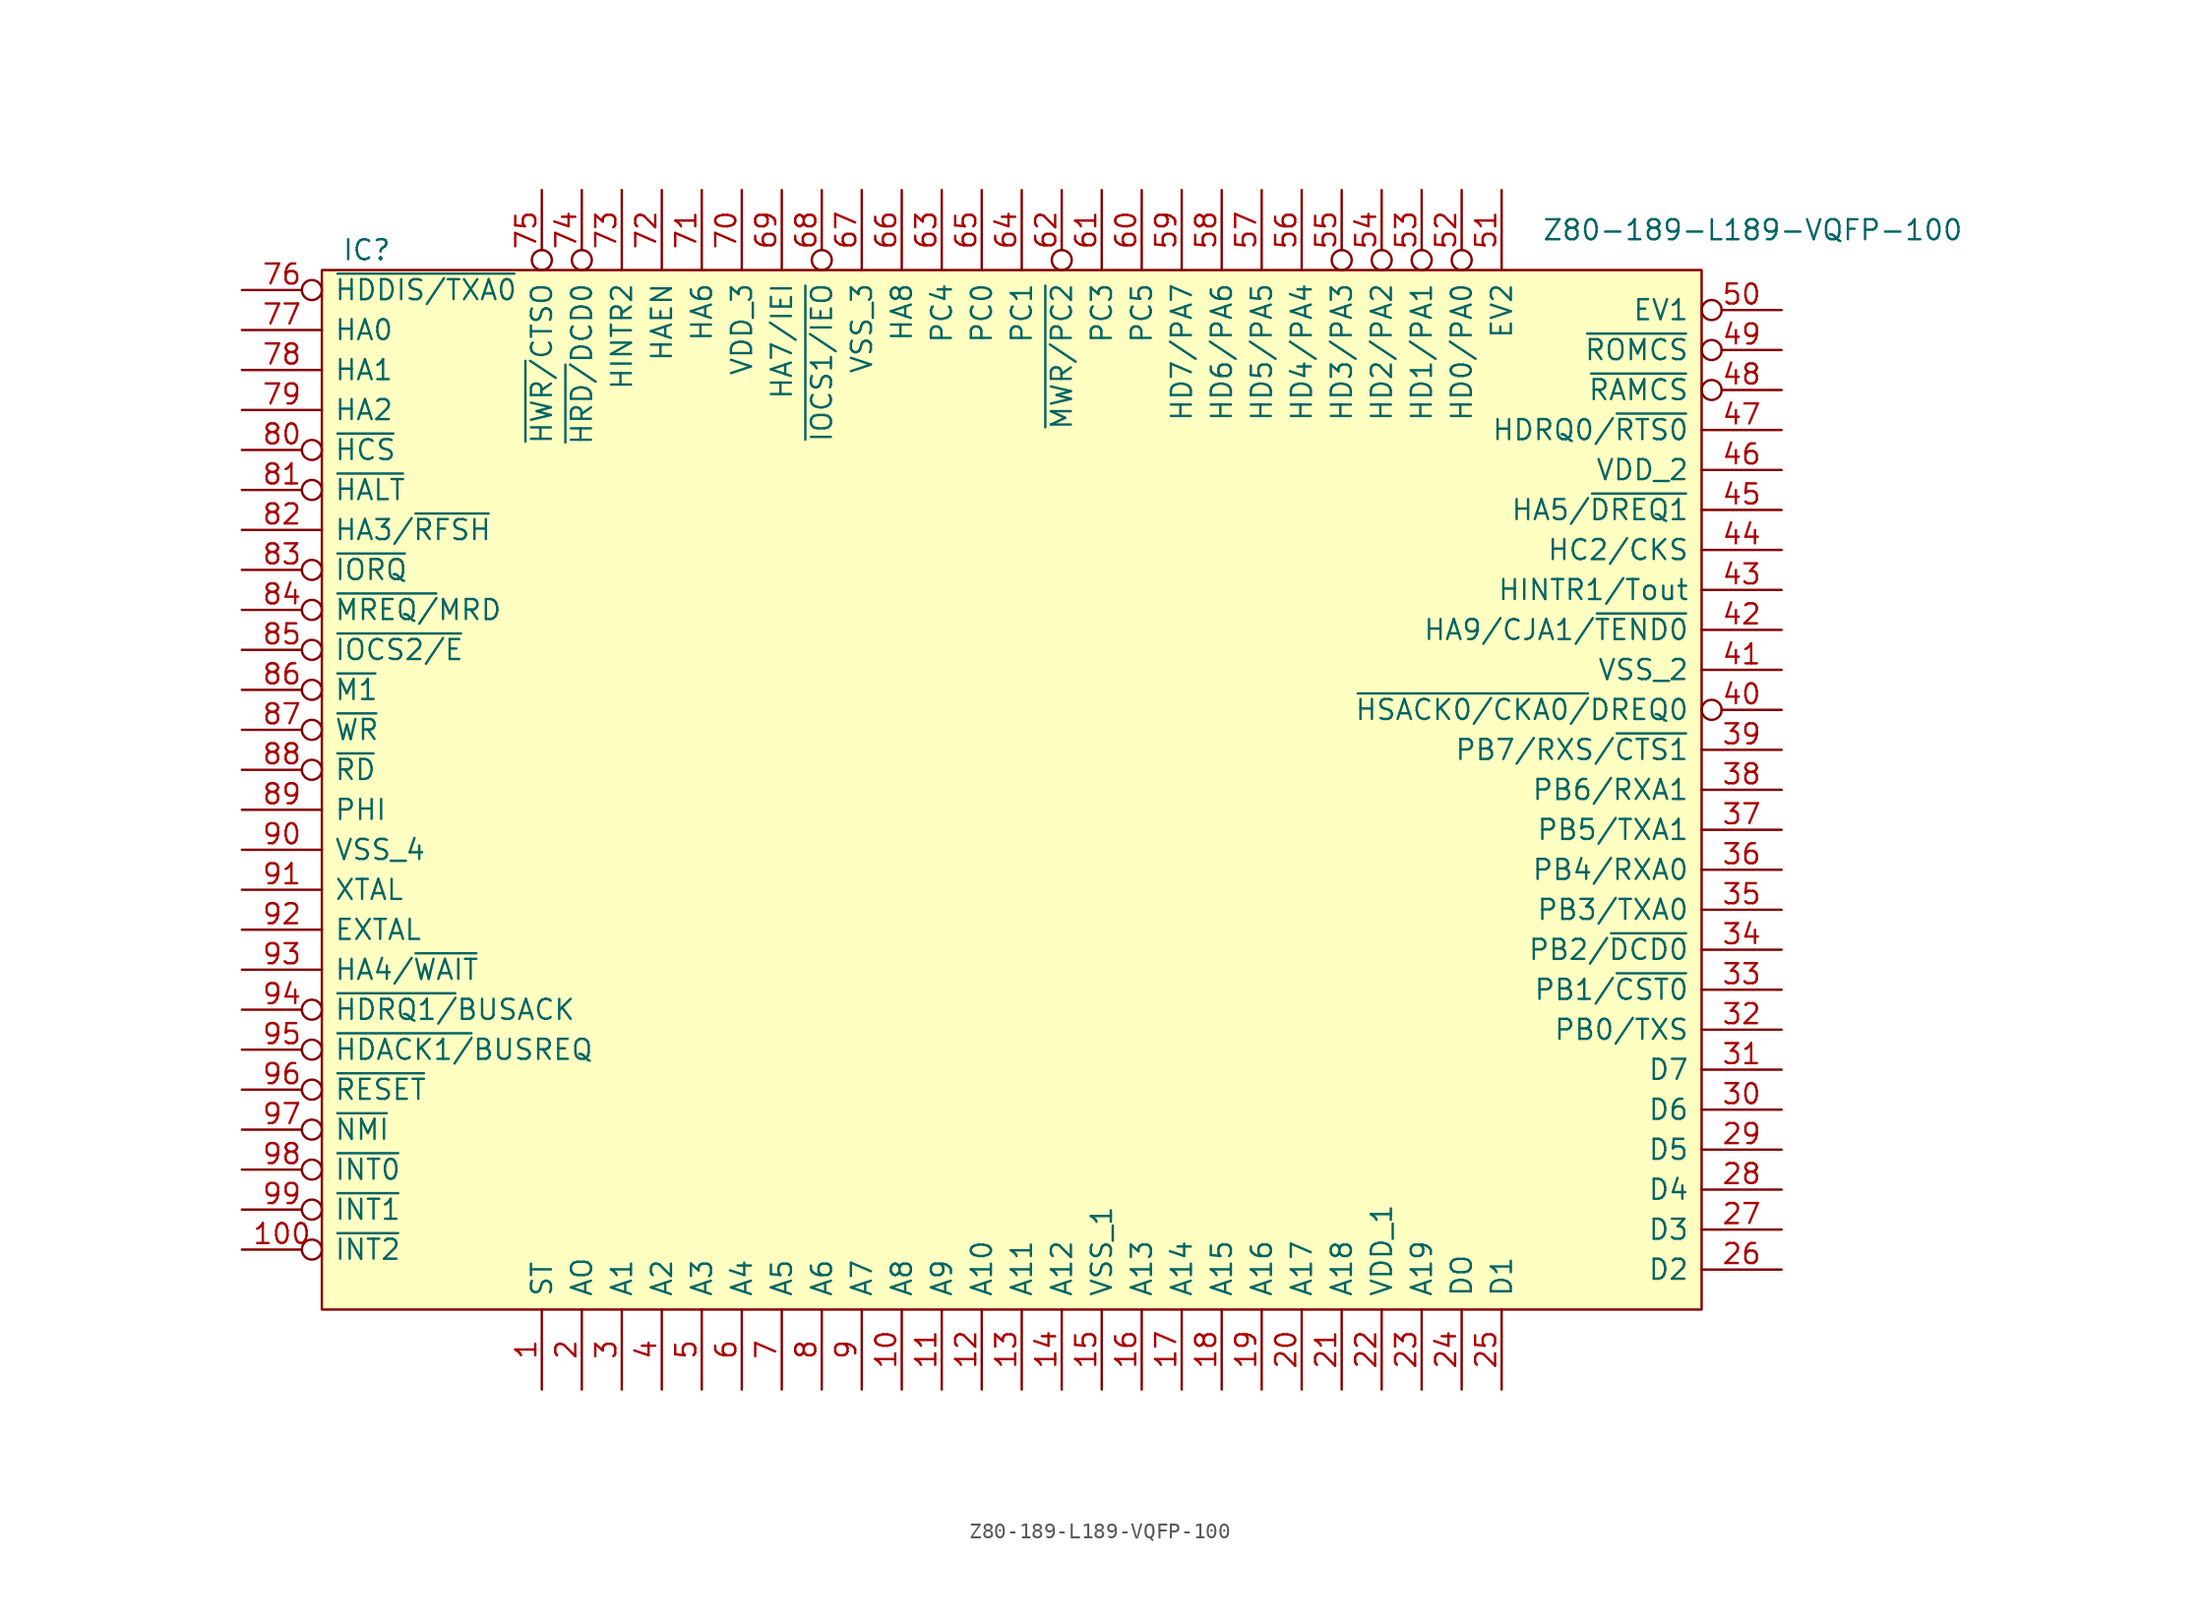
<source format=kicad_sym>
(kicad_symbol_lib
  (version 20211014)
  (generator kicad_symbol_editor)
  (symbol "Z80-189-L189-VQFP-100"
    (pin_names
      (offset 0.762))
    (property "Reference" "IC"
      (at 1.27 1.27 0)
      (effects (font (size 1.27 1.27)) (justify left)))
    (property "Value" "Z80-189-L189-VQFP-100"
      (at 77.47 2.54 0)
      (effects (font (size 1.27 1.27)) (justify left)))
    (symbol "Z80-189-L189-VQFP-100_0_0"
      (pin output line (at 13.97 -71.12 90) (length 5.08) (name "ST" (effects (font (size 1.27 1.27)))) (number "1" (effects (font (size 1.27 1.27)))))
      (pin tri_state line (at 36.83 -71.12 90) (length 5.08) (name "A8" (effects (font (size 1.27 1.27)))) (number "10" (effects (font (size 1.27 1.27)))))
      (pin input inverted (at -5.08 -62.23 0) (length 5.08) (name "~{INT2}" (effects (font (size 1.27 1.27)))) (number "100" (effects (font (size 1.27 1.27)))))
      (pin tri_state line (at 39.37 -71.12 90) (length 5.08) (name "A9" (effects (font (size 1.27 1.27)))) (number "11" (effects (font (size 1.27 1.27)))))
      (pin tri_state line (at 41.91 -71.12 90) (length 5.08) (name "A10" (effects (font (size 1.27 1.27)))) (number "12" (effects (font (size 1.27 1.27)))))
      (pin tri_state line (at 44.45 -71.12 90) (length 5.08) (name "A11" (effects (font (size 1.27 1.27)))) (number "13" (effects (font (size 1.27 1.27)))))
      (pin tri_state line (at 46.99 -71.12 90) (length 5.08) (name "A12" (effects (font (size 1.27 1.27)))) (number "14" (effects (font (size 1.27 1.27)))))
      (pin power_in line (at 49.53 -71.12 90) (length 5.08) (name "VSS_1" (effects (font (size 1.27 1.27)))) (number "15" (effects (font (size 1.27 1.27)))))
      (pin tri_state line (at 52.07 -71.12 90) (length 5.08) (name "A13" (effects (font (size 1.27 1.27)))) (number "16" (effects (font (size 1.27 1.27)))))
      (pin tri_state line (at 54.61 -71.12 90) (length 5.08) (name "A14" (effects (font (size 1.27 1.27)))) (number "17" (effects (font (size 1.27 1.27)))))
      (pin tri_state line (at 57.15 -71.12 90) (length 5.08) (name "A15" (effects (font (size 1.27 1.27)))) (number "18" (effects (font (size 1.27 1.27)))))
      (pin tri_state line (at 59.69 -71.12 90) (length 5.08) (name "A16" (effects (font (size 1.27 1.27)))) (number "19" (effects (font (size 1.27 1.27)))))
      (pin tri_state line (at 16.51 -71.12 90) (length 5.08) (name "AO" (effects (font (size 1.27 1.27)))) (number "2" (effects (font (size 1.27 1.27)))))
      (pin tri_state line (at 62.23 -71.12 90) (length 5.08) (name "A17" (effects (font (size 1.27 1.27)))) (number "20" (effects (font (size 1.27 1.27)))))
      (pin tri_state line (at 64.77 -71.12 90) (length 5.08) (name "A18" (effects (font (size 1.27 1.27)))) (number "21" (effects (font (size 1.27 1.27)))))
      (pin power_in line (at 67.31 -71.12 90) (length 5.08) (name "VDD_1" (effects (font (size 1.27 1.27)))) (number "22" (effects (font (size 1.27 1.27)))))
      (pin tri_state line (at 69.85 -71.12 90) (length 5.08) (name "A19" (effects (font (size 1.27 1.27)))) (number "23" (effects (font (size 1.27 1.27)))))
      (pin tri_state line (at 72.39 -71.12 90) (length 5.08) (name "DO" (effects (font (size 1.27 1.27)))) (number "24" (effects (font (size 1.27 1.27)))))
      (pin tri_state line (at 74.93 -71.12 90) (length 5.08) (name "D1" (effects (font (size 1.27 1.27)))) (number "25" (effects (font (size 1.27 1.27)))))
      (pin tri_state line (at 92.71 -63.5 180) (length 5.08) (name "D2" (effects (font (size 1.27 1.27)))) (number "26" (effects (font (size 1.27 1.27)))))
      (pin tri_state line (at 92.71 -60.96 180) (length 5.08) (name "D3" (effects (font (size 1.27 1.27)))) (number "27" (effects (font (size 1.27 1.27)))))
      (pin tri_state line (at 92.71 -58.42 180) (length 5.08) (name "D4" (effects (font (size 1.27 1.27)))) (number "28" (effects (font (size 1.27 1.27)))))
      (pin tri_state line (at 92.71 -55.88 180) (length 5.08) (name "D5" (effects (font (size 1.27 1.27)))) (number "29" (effects (font (size 1.27 1.27)))))
      (pin tri_state line (at 19.05 -71.12 90) (length 5.08) (name "A1" (effects (font (size 1.27 1.27)))) (number "3" (effects (font (size 1.27 1.27)))))
      (pin tri_state line (at 92.71 -53.34 180) (length 5.08) (name "D6" (effects (font (size 1.27 1.27)))) (number "30" (effects (font (size 1.27 1.27)))))
      (pin tri_state line (at 92.71 -50.8 180) (length 5.08) (name "D7" (effects (font (size 1.27 1.27)))) (number "31" (effects (font (size 1.27 1.27)))))
      (pin bidirectional line (at 92.71 -48.26 180) (length 5.08) (name "PB0/TXS" (effects (font (size 1.27 1.27)))) (number "32" (effects (font (size 1.27 1.27)))))
      (pin bidirectional line (at 92.71 -45.72 180) (length 5.08) (name "PB1/~{CST0}" (effects (font (size 1.27 1.27)))) (number "33" (effects (font (size 1.27 1.27)))))
      (pin bidirectional line (at 92.71 -43.18 180) (length 5.08) (name "PB2/~{DCD0}" (effects (font (size 1.27 1.27)))) (number "34" (effects (font (size 1.27 1.27)))))
      (pin bidirectional line (at 92.71 -40.64 180) (length 5.08) (name "PB3/TXA0" (effects (font (size 1.27 1.27)))) (number "35" (effects (font (size 1.27 1.27)))))
      (pin bidirectional line (at 92.71 -38.1 180) (length 5.08) (name "PB4/RXA0" (effects (font (size 1.27 1.27)))) (number "36" (effects (font (size 1.27 1.27)))))
      (pin bidirectional line (at 92.71 -35.56 180) (length 5.08) (name "PB5/TXA1" (effects (font (size 1.27 1.27)))) (number "37" (effects (font (size 1.27 1.27)))))
      (pin bidirectional line (at 92.71 -33.02 180) (length 5.08) (name "PB6/RXA1" (effects (font (size 1.27 1.27)))) (number "38" (effects (font (size 1.27 1.27)))))
      (pin bidirectional line (at 92.71 -30.48 180) (length 5.08) (name "PB7/RXS/~{CTS1}" (effects (font (size 1.27 1.27)))) (number "39" (effects (font (size 1.27 1.27)))))
      (pin tri_state line (at 21.59 -71.12 90) (length 5.08) (name "A2" (effects (font (size 1.27 1.27)))) (number "4" (effects (font (size 1.27 1.27)))))
      (pin bidirectional inverted (at 92.71 -27.94 180) (length 5.08) (name "~{HSACK0/CKA0/}DREQ0" (effects (font (size 1.27 1.27)))) (number "40" (effects (font (size 1.27 1.27)))))
      (pin power_in line (at 92.71 -25.4 180) (length 5.08) (name "VSS_2" (effects (font (size 1.27 1.27)))) (number "41" (effects (font (size 1.27 1.27)))))
      (pin input line (at 92.71 -22.86 180) (length 5.08) (name "HA9/CJA1/~{TEND0}" (effects (font (size 1.27 1.27)))) (number "42" (effects (font (size 1.27 1.27)))))
      (pin bidirectional line (at 92.71 -20.32 180) (length 5.08) (name "HINTR1/Tout" (effects (font (size 1.27 1.27)))) (number "43" (effects (font (size 1.27 1.27)))))
      (pin input line (at 92.71 -17.78 180) (length 5.08) (name "HC2/CKS" (effects (font (size 1.27 1.27)))) (number "44" (effects (font (size 1.27 1.27)))))
      (pin input line (at 92.71 -15.24 180) (length 5.08) (name "HA5/~{DREQ1}" (effects (font (size 1.27 1.27)))) (number "45" (effects (font (size 1.27 1.27)))))
      (pin bidirectional line (at 92.71 -12.7 180) (length 5.08) (name "VDD_2" (effects (font (size 1.27 1.27)))) (number "46" (effects (font (size 1.27 1.27)))))
      (pin bidirectional line (at 92.71 -10.16 180) (length 5.08) (name "HDRQ0/~{RTS0}" (effects (font (size 1.27 1.27)))) (number "47" (effects (font (size 1.27 1.27)))))
      (pin output inverted (at 92.71 -7.62 180) (length 5.08) (name "~{RAMCS}" (effects (font (size 1.27 1.27)))) (number "48" (effects (font (size 1.27 1.27)))))
      (pin output inverted (at 92.71 -5.08 180) (length 5.08) (name "~{ROMCS}" (effects (font (size 1.27 1.27)))) (number "49" (effects (font (size 1.27 1.27)))))
      (pin tri_state line (at 24.13 -71.12 90) (length 5.08) (name "A3" (effects (font (size 1.27 1.27)))) (number "5" (effects (font (size 1.27 1.27)))))
      (pin input inverted (at 92.71 -2.54 180) (length 5.08) (name "EV1" (effects (font (size 1.27 1.27)))) (number "50" (effects (font (size 1.27 1.27)))))
      (pin input line (at 74.93 5.08 270) (length 5.08) (name "EV2" (effects (font (size 1.27 1.27)))) (number "51" (effects (font (size 1.27 1.27)))))
      (pin tri_state inverted (at 72.39 5.08 270) (length 5.08) (name "HD0/PA0" (effects (font (size 1.27 1.27)))) (number "52" (effects (font (size 1.27 1.27)))))
      (pin tri_state inverted (at 69.85 5.08 270) (length 5.08) (name "HD1/PA1" (effects (font (size 1.27 1.27)))) (number "53" (effects (font (size 1.27 1.27)))))
      (pin tri_state inverted (at 67.31 5.08 270) (length 5.08) (name "HD2/PA2" (effects (font (size 1.27 1.27)))) (number "54" (effects (font (size 1.27 1.27)))))
      (pin tri_state inverted (at 64.77 5.08 270) (length 5.08) (name "HD3/PA3" (effects (font (size 1.27 1.27)))) (number "55" (effects (font (size 1.27 1.27)))))
      (pin tri_state line (at 62.23 5.08 270) (length 5.08) (name "HD4/PA4" (effects (font (size 1.27 1.27)))) (number "56" (effects (font (size 1.27 1.27)))))
      (pin tri_state line (at 59.69 5.08 270) (length 5.08) (name "HD5/PA5" (effects (font (size 1.27 1.27)))) (number "57" (effects (font (size 1.27 1.27)))))
      (pin tri_state line (at 57.15 5.08 270) (length 5.08) (name "HD6/PA6" (effects (font (size 1.27 1.27)))) (number "58" (effects (font (size 1.27 1.27)))))
      (pin tri_state line (at 54.61 5.08 270) (length 5.08) (name "HD7/PA7" (effects (font (size 1.27 1.27)))) (number "59" (effects (font (size 1.27 1.27)))))
      (pin tri_state line (at 26.67 -71.12 90) (length 5.08) (name "A4" (effects (font (size 1.27 1.27)))) (number "6" (effects (font (size 1.27 1.27)))))
      (pin bidirectional line (at 52.07 5.08 270) (length 5.08) (name "PC5" (effects (font (size 1.27 1.27)))) (number "60" (effects (font (size 1.27 1.27)))))
      (pin bidirectional inverted (at 46.99 5.08 270) (length 5.08) (name "~{MWR/PC2}" (effects (font (size 1.27 1.27)))) (number "62" (effects (font (size 1.27 1.27)))))
      (pin bidirectional line (at 39.37 5.08 270) (length 5.08) (name "PC4" (effects (font (size 1.27 1.27)))) (number "63" (effects (font (size 1.27 1.27)))))
      (pin bidirectional line (at 44.45 5.08 270) (length 5.08) (name "PC1" (effects (font (size 1.27 1.27)))) (number "64" (effects (font (size 1.27 1.27)))))
      (pin bidirectional line (at 41.91 5.08 270) (length 5.08) (name "PC0" (effects (font (size 1.27 1.27)))) (number "65" (effects (font (size 1.27 1.27)))))
      (pin input line (at 36.83 5.08 270) (length 5.08) (name "HA8" (effects (font (size 1.27 1.27)))) (number "66" (effects (font (size 1.27 1.27)))))
      (pin power_in line (at 34.29 5.08 270) (length 5.08) (name "VSS_3" (effects (font (size 1.27 1.27)))) (number "67" (effects (font (size 1.27 1.27)))))
      (pin output inverted (at 31.75 5.08 270) (length 5.08) (name "~{IOCS1/IEO}" (effects (font (size 1.27 1.27)))) (number "68" (effects (font (size 1.27 1.27)))))
      (pin input line (at 29.21 5.08 270) (length 5.08) (name "HA7/IEI" (effects (font (size 1.27 1.27)))) (number "69" (effects (font (size 1.27 1.27)))))
      (pin tri_state line (at 29.21 -71.12 90) (length 5.08) (name "A5" (effects (font (size 1.27 1.27)))) (number "7" (effects (font (size 1.27 1.27)))))
      (pin power_in line (at 26.67 5.08 270) (length 5.08) (name "VDD_3" (effects (font (size 1.27 1.27)))) (number "70" (effects (font (size 1.27 1.27)))))
      (pin input line (at 24.13 5.08 270) (length 5.08) (name "HA6" (effects (font (size 1.27 1.27)))) (number "71" (effects (font (size 1.27 1.27)))))
      (pin input line (at 21.59 5.08 270) (length 5.08) (name "HAEN" (effects (font (size 1.27 1.27)))) (number "72" (effects (font (size 1.27 1.27)))))
      (pin bidirectional line (at 19.05 5.08 270) (length 5.08) (name "HINTR2" (effects (font (size 1.27 1.27)))) (number "73" (effects (font (size 1.27 1.27)))))
      (pin bidirectional inverted (at 16.51 5.08 270) (length 5.08) (name "~{HRD/}DCD0" (effects (font (size 1.27 1.27)))) (number "74" (effects (font (size 1.27 1.27)))))
      (pin bidirectional inverted (at 13.97 5.08 270) (length 5.08) (name "~{HWR/}CTSO" (effects (font (size 1.27 1.27)))) (number "75" (effects (font (size 1.27 1.27)))))
      (pin bidirectional inverted (at -5.08 -1.27 0) (length 5.08) (name "~{HDDIS/TXA0}" (effects (font (size 1.27 1.27)))) (number "76" (effects (font (size 1.27 1.27)))))
      (pin input line (at -5.08 -3.81 0) (length 5.08) (name "HA0" (effects (font (size 1.27 1.27)))) (number "77" (effects (font (size 1.27 1.27)))))
      (pin input line (at -5.08 -6.35 0) (length 5.08) (name "HA1" (effects (font (size 1.27 1.27)))) (number "78" (effects (font (size 1.27 1.27)))))
      (pin input line (at -5.08 -8.89 0) (length 5.08) (name "HA2" (effects (font (size 1.27 1.27)))) (number "79" (effects (font (size 1.27 1.27)))))
      (pin tri_state line (at 31.75 -71.12 90) (length 5.08) (name "A6" (effects (font (size 1.27 1.27)))) (number "8" (effects (font (size 1.27 1.27)))))
      (pin bidirectional inverted (at -5.08 -11.43 0) (length 5.08) (name "~{HCS}" (effects (font (size 1.27 1.27)))) (number "80" (effects (font (size 1.27 1.27)))))
      (pin bidirectional inverted (at -5.08 -13.97 0) (length 5.08) (name "~{HALT}" (effects (font (size 1.27 1.27)))) (number "81" (effects (font (size 1.27 1.27)))))
      (pin input line (at -5.08 -16.51 0) (length 5.08) (name "HA3/~{RFSH}" (effects (font (size 1.27 1.27)))) (number "82" (effects (font (size 1.27 1.27)))))
      (pin tri_state inverted (at -5.08 -19.05 0) (length 5.08) (name "~{IORQ}" (effects (font (size 1.27 1.27)))) (number "83" (effects (font (size 1.27 1.27)))))
      (pin bidirectional inverted (at -5.08 -21.59 0) (length 5.08) (name "~{MREQ/}MRD" (effects (font (size 1.27 1.27)))) (number "84" (effects (font (size 1.27 1.27)))))
      (pin output inverted (at -5.08 -24.13 0) (length 5.08) (name "~{IOCS2/E}" (effects (font (size 1.27 1.27)))) (number "85" (effects (font (size 1.27 1.27)))))
      (pin bidirectional inverted (at -5.08 -26.67 0) (length 5.08) (name "~{M1}" (effects (font (size 1.27 1.27)))) (number "86" (effects (font (size 1.27 1.27)))))
      (pin output inverted (at -5.08 -29.21 0) (length 5.08) (name "~{WR}" (effects (font (size 1.27 1.27)))) (number "87" (effects (font (size 1.27 1.27)))))
      (pin tri_state inverted (at -5.08 -31.75 0) (length 5.08) (name "~{RD}" (effects (font (size 1.27 1.27)))) (number "88" (effects (font (size 1.27 1.27)))))
      (pin output line (at -5.08 -34.29 0) (length 5.08) (name "PHI" (effects (font (size 1.27 1.27)))) (number "89" (effects (font (size 1.27 1.27)))))
      (pin tri_state line (at 34.29 -71.12 90) (length 5.08) (name "A7" (effects (font (size 1.27 1.27)))) (number "9" (effects (font (size 1.27 1.27)))))
      (pin power_in line (at -5.08 -36.83 0) (length 5.08) (name "VSS_4" (effects (font (size 1.27 1.27)))) (number "90" (effects (font (size 1.27 1.27)))))
      (pin output line (at -5.08 -39.37 0) (length 5.08) (name "XTAL" (effects (font (size 1.27 1.27)))) (number "91" (effects (font (size 1.27 1.27)))))
      (pin input line (at -5.08 -41.91 0) (length 5.08) (name "EXTAL" (effects (font (size 1.27 1.27)))) (number "92" (effects (font (size 1.27 1.27)))))
      (pin input line (at -5.08 -44.45 0) (length 5.08) (name "HA4/~{WAIT}" (effects (font (size 1.27 1.27)))) (number "93" (effects (font (size 1.27 1.27)))))
      (pin input inverted (at -5.08 -46.99 0) (length 5.08) (name "~{HDRQ1/}BUSACK" (effects (font (size 1.27 1.27)))) (number "94" (effects (font (size 1.27 1.27)))))
      (pin input inverted (at -5.08 -49.53 0) (length 5.08) (name "~{HDACK1/}BUSREQ" (effects (font (size 1.27 1.27)))) (number "95" (effects (font (size 1.27 1.27)))))
      (pin input inverted (at -5.08 -52.07 0) (length 5.08) (name "~{RESET}" (effects (font (size 1.27 1.27)))) (number "96" (effects (font (size 1.27 1.27)))))
      (pin input inverted (at -5.08 -54.61 0) (length 5.08) (name "~{NMI}" (effects (font (size 1.27 1.27)))) (number "97" (effects (font (size 1.27 1.27)))))
      (pin input inverted (at -5.08 -57.15 0) (length 5.08) (name "~{INT0}" (effects (font (size 1.27 1.27)))) (number "98" (effects (font (size 1.27 1.27)))))
      (pin input inverted (at -5.08 -59.69 0) (length 5.08) (name "~{INT1}" (effects (font (size 1.27 1.27)))) (number "99" (effects (font (size 1.27 1.27))))))
    (symbol "Z80-189-L189-VQFP-100_0_1"
      (rectangle (start 0 -66.04) (end 87.63 0) (stroke (width 0) (type solid)) (fill (type background))))
    (symbol "Z80-189-L189-VQFP-100_1_1"
      (pin bidirectional line (at 49.53 5.08 270) (length 5.08) (name "PC3" (effects (font (size 1.27 1.27)))) (number "61" (effects (font (size 1.27 1.27))))))))
</source>
